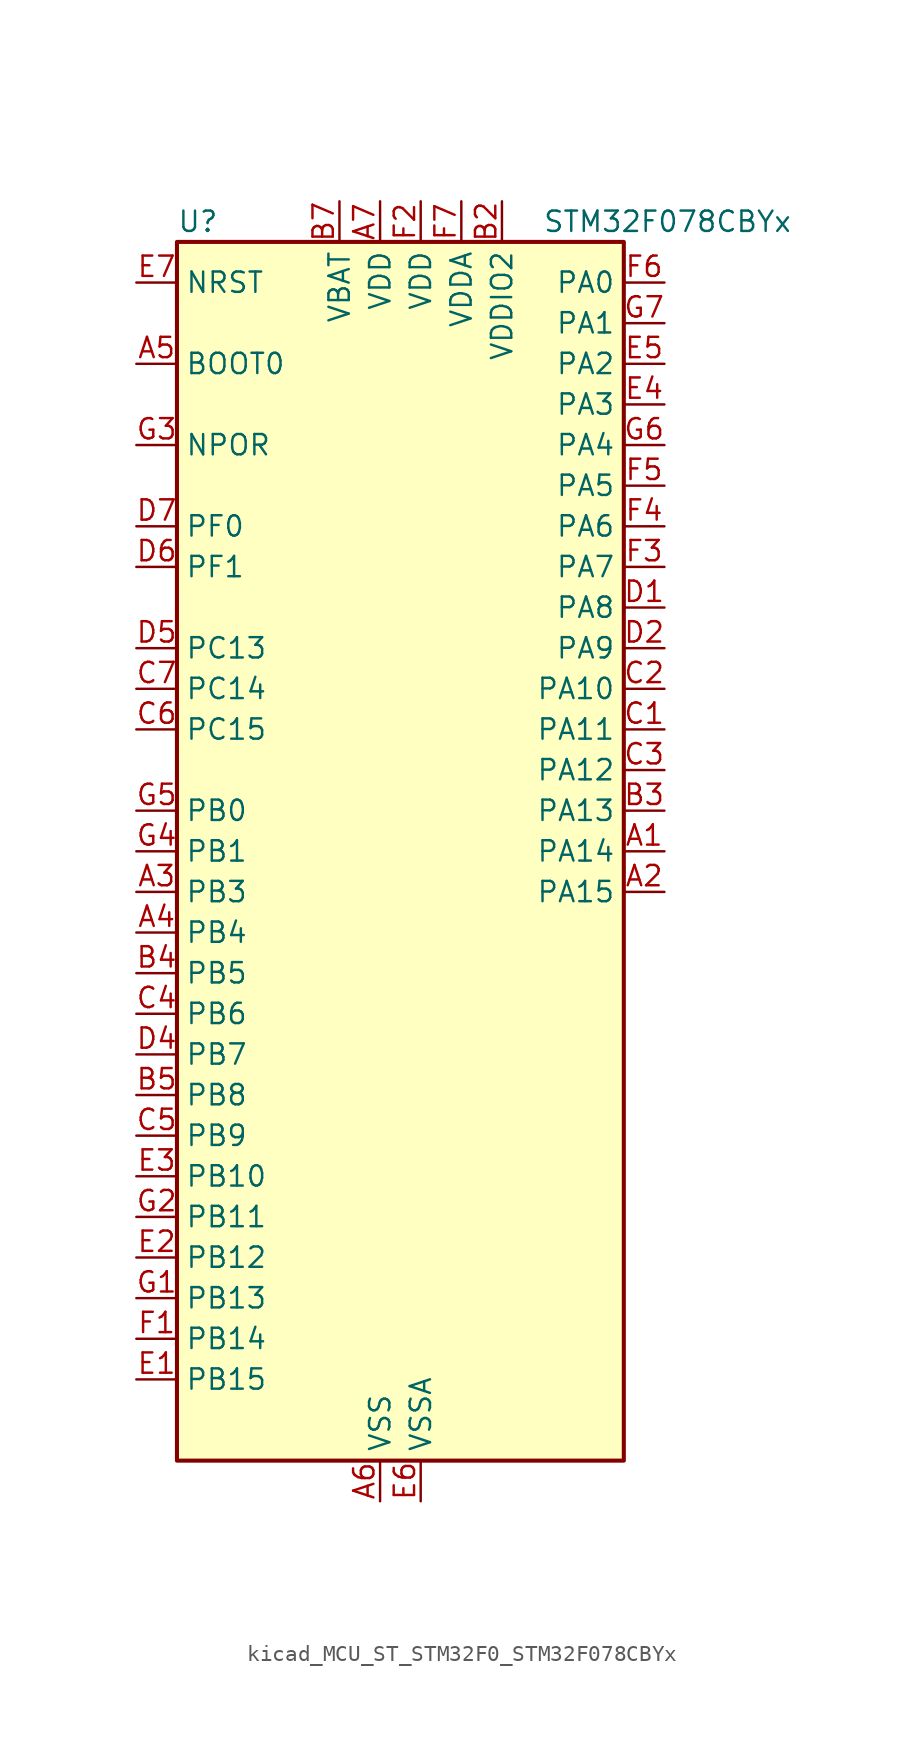
<source format=kicad_sym>
(kicad_symbol_lib
  (version 20220914)
  (generator kicad_symbol_editor)
  (symbol "kicad_MCU_ST_STM32F0_STM32F078CBYx"
    (property "Reference" "U"
      (at -12.7 39.37 0)
      (effects (font (size 1.27 1.27)) (justify left)))
    (property "Value" "STM32F078CBYx"
      (at 10.16 39.37 0)
      (effects (font (size 1.27 1.27)) (justify left)))
    (property "ki_locked" ""
      (at 0 0 0)
      (effects (font (size 1.27 1.27))))
    (symbol "kicad_MCU_ST_STM32F0_STM32F078CBYx_0_1"
      (rectangle (start -12.7 -38.1) (end 15.24 38.1) (stroke (width 0.254) (type default)) (fill (type background))))
    (symbol "kicad_MCU_ST_STM32F0_STM32F078CBYx_1_1"
      (pin bidirectional line (at 17.78 0 180) (length 2.54) (name "PA14" (effects (font (size 1.27 1.27)))) (number "A1" (effects (font (size 1.27 1.27)))) (alternate "SYS_SWCLK" bidirectional line) (alternate "USART2_TX" bidirectional line))
      (pin bidirectional line (at 17.78 -2.54 180) (length 2.54) (name "PA15" (effects (font (size 1.27 1.27)))) (number "A2" (effects (font (size 1.27 1.27)))) (alternate "I2S1_WS" bidirectional line) (alternate "SPI1_NSS" bidirectional line) (alternate "TIM2_CH1" bidirectional line) (alternate "TIM2_ETR" bidirectional line) (alternate "USART2_RX" bidirectional line) (alternate "USART4_DE" bidirectional line) (alternate "USART4_RTS" bidirectional line))
      (pin bidirectional line (at -15.24 -2.54 0) (length 2.54) (name "PB3" (effects (font (size 1.27 1.27)))) (number "A3" (effects (font (size 1.27 1.27)))) (alternate "I2S1_CK" bidirectional line) (alternate "SPI1_SCK" bidirectional line) (alternate "TIM2_CH2" bidirectional line) (alternate "TSC_G5_IO1" bidirectional line))
      (pin bidirectional line (at -15.24 -5.08 0) (length 2.54) (name "PB4" (effects (font (size 1.27 1.27)))) (number "A4" (effects (font (size 1.27 1.27)))) (alternate "I2S1_MCK" bidirectional line) (alternate "SPI1_MISO" bidirectional line) (alternate "TIM17_BKIN" bidirectional line) (alternate "TIM3_CH1" bidirectional line) (alternate "TSC_G5_IO2" bidirectional line))
      (pin input line (at -15.24 30.48 0) (length 2.54) (name "BOOT0" (effects (font (size 1.27 1.27)))) (number "A5" (effects (font (size 1.27 1.27)))))
      (pin power_in line (at 0 -40.64 90) (length 2.54) (name "VSS" (effects (font (size 1.27 1.27)))) (number "A6" (effects (font (size 1.27 1.27)))))
      (pin power_in line (at 0 40.64 270) (length 2.54) (name "VDD" (effects (font (size 1.27 1.27)))) (number "A7" (effects (font (size 1.27 1.27)))))
      (pin passive line (at 0 -40.64 90) (length 2.54) hide (name "VSS" (effects (font (size 1.27 1.27)))) (number "B1" (effects (font (size 1.27 1.27)))))
      (pin power_in line (at 7.62 40.64 270) (length 2.54) (name "VDDIO2" (effects (font (size 1.27 1.27)))) (number "B2" (effects (font (size 1.27 1.27)))))
      (pin bidirectional line (at 17.78 2.54 180) (length 2.54) (name "PA13" (effects (font (size 1.27 1.27)))) (number "B3" (effects (font (size 1.27 1.27)))) (alternate "IR_OUT" bidirectional line) (alternate "SYS_SWDIO" bidirectional line) (alternate "USB_NOE" bidirectional line))
      (pin bidirectional line (at -15.24 -7.62 0) (length 2.54) (name "PB5" (effects (font (size 1.27 1.27)))) (number "B4" (effects (font (size 1.27 1.27)))) (alternate "I2C1_SMBA" bidirectional line) (alternate "I2S1_SD" bidirectional line) (alternate "SPI1_MOSI" bidirectional line) (alternate "SYS_WKUP6" bidirectional line) (alternate "TIM16_BKIN" bidirectional line) (alternate "TIM3_CH2" bidirectional line))
      (pin bidirectional line (at -15.24 -15.24 0) (length 2.54) (name "PB8" (effects (font (size 1.27 1.27)))) (number "B5" (effects (font (size 1.27 1.27)))) (alternate "CEC" bidirectional line) (alternate "I2C1_SCL" bidirectional line) (alternate "TIM16_CH1" bidirectional line) (alternate "TSC_SYNC" bidirectional line))
      (pin no_connect line (at -12.7 -38.1 0) (length 2.54) hide (name "NC" (effects (font (size 1.27 1.27)))) (number "B6" (effects (font (size 1.27 1.27)))))
      (pin power_in line (at -2.54 40.64 270) (length 2.54) (name "VBAT" (effects (font (size 1.27 1.27)))) (number "B7" (effects (font (size 1.27 1.27)))))
      (pin bidirectional line (at 17.78 7.62 180) (length 2.54) (name "PA11" (effects (font (size 1.27 1.27)))) (number "C1" (effects (font (size 1.27 1.27)))) (alternate "COMP1_OUT" bidirectional line) (alternate "TIM1_CH4" bidirectional line) (alternate "TSC_G4_IO3" bidirectional line) (alternate "USART1_CTS" bidirectional line) (alternate "USB_DM" bidirectional line))
      (pin bidirectional line (at 17.78 10.16 180) (length 2.54) (name "PA10" (effects (font (size 1.27 1.27)))) (number "C2" (effects (font (size 1.27 1.27)))) (alternate "TIM17_BKIN" bidirectional line) (alternate "TIM1_CH3" bidirectional line) (alternate "TSC_G4_IO2" bidirectional line) (alternate "USART1_RX" bidirectional line))
      (pin bidirectional line (at 17.78 5.08 180) (length 2.54) (name "PA12" (effects (font (size 1.27 1.27)))) (number "C3" (effects (font (size 1.27 1.27)))) (alternate "COMP2_OUT" bidirectional line) (alternate "TIM1_ETR" bidirectional line) (alternate "TSC_G4_IO4" bidirectional line) (alternate "USART1_DE" bidirectional line) (alternate "USART1_RTS" bidirectional line) (alternate "USB_DP" bidirectional line))
      (pin bidirectional line (at -15.24 -10.16 0) (length 2.54) (name "PB6" (effects (font (size 1.27 1.27)))) (number "C4" (effects (font (size 1.27 1.27)))) (alternate "I2C1_SCL" bidirectional line) (alternate "TIM16_CH1N" bidirectional line) (alternate "TSC_G5_IO3" bidirectional line) (alternate "USART1_TX" bidirectional line))
      (pin bidirectional line (at -15.24 -17.78 0) (length 2.54) (name "PB9" (effects (font (size 1.27 1.27)))) (number "C5" (effects (font (size 1.27 1.27)))) (alternate "DAC_EXTI9" bidirectional line) (alternate "I2C1_SDA" bidirectional line) (alternate "I2S2_WS" bidirectional line) (alternate "IR_OUT" bidirectional line) (alternate "SPI2_NSS" bidirectional line) (alternate "TIM17_CH1" bidirectional line))
      (pin bidirectional line (at -15.24 7.62 0) (length 2.54) (name "PC15" (effects (font (size 1.27 1.27)))) (number "C6" (effects (font (size 1.27 1.27)))) (alternate "RCC_OSC32_OUT" bidirectional line))
      (pin bidirectional line (at -15.24 10.16 0) (length 2.54) (name "PC14" (effects (font (size 1.27 1.27)))) (number "C7" (effects (font (size 1.27 1.27)))) (alternate "RCC_OSC32_IN" bidirectional line))
      (pin bidirectional line (at 17.78 15.24 180) (length 2.54) (name "PA8" (effects (font (size 1.27 1.27)))) (number "D1" (effects (font (size 1.27 1.27)))) (alternate "CRS_SYNC" bidirectional line) (alternate "RCC_MCO" bidirectional line) (alternate "TIM1_CH1" bidirectional line) (alternate "USART1_CK" bidirectional line))
      (pin bidirectional line (at 17.78 12.7 180) (length 2.54) (name "PA9" (effects (font (size 1.27 1.27)))) (number "D2" (effects (font (size 1.27 1.27)))) (alternate "DAC_EXTI9" bidirectional line) (alternate "TIM15_BKIN" bidirectional line) (alternate "TIM1_CH2" bidirectional line) (alternate "TSC_G4_IO1" bidirectional line) (alternate "USART1_TX" bidirectional line))
      (pin passive line (at 0 -40.64 90) (length 2.54) hide (name "VSS" (effects (font (size 1.27 1.27)))) (number "D3" (effects (font (size 1.27 1.27)))))
      (pin bidirectional line (at -15.24 -12.7 0) (length 2.54) (name "PB7" (effects (font (size 1.27 1.27)))) (number "D4" (effects (font (size 1.27 1.27)))) (alternate "I2C1_SDA" bidirectional line) (alternate "TIM17_CH1N" bidirectional line) (alternate "TSC_G5_IO4" bidirectional line) (alternate "USART1_RX" bidirectional line) (alternate "USART4_CTS" bidirectional line))
      (pin bidirectional line (at -15.24 12.7 0) (length 2.54) (name "PC13" (effects (font (size 1.27 1.27)))) (number "D5" (effects (font (size 1.27 1.27)))) (alternate "RTC_OUT_ALARM" bidirectional line) (alternate "RTC_OUT_CALIB" bidirectional line) (alternate "RTC_TAMP1" bidirectional line) (alternate "RTC_TS" bidirectional line) (alternate "SYS_WKUP2" bidirectional line))
      (pin bidirectional line (at -15.24 17.78 0) (length 2.54) (name "PF1" (effects (font (size 1.27 1.27)))) (number "D6" (effects (font (size 1.27 1.27)))) (alternate "RCC_OSC_OUT" bidirectional line))
      (pin bidirectional line (at -15.24 20.32 0) (length 2.54) (name "PF0" (effects (font (size 1.27 1.27)))) (number "D7" (effects (font (size 1.27 1.27)))) (alternate "CRS_SYNC" bidirectional line) (alternate "RCC_OSC_IN" bidirectional line))
      (pin bidirectional line (at -15.24 -33.02 0) (length 2.54) (name "PB15" (effects (font (size 1.27 1.27)))) (number "E1" (effects (font (size 1.27 1.27)))) (alternate "I2S2_SD" bidirectional line) (alternate "RTC_REFIN" bidirectional line) (alternate "SPI2_MOSI" bidirectional line) (alternate "SYS_WKUP7" bidirectional line) (alternate "TIM15_CH1N" bidirectional line) (alternate "TIM15_CH2" bidirectional line) (alternate "TIM1_CH3N" bidirectional line))
      (pin bidirectional line (at -15.24 -25.4 0) (length 2.54) (name "PB12" (effects (font (size 1.27 1.27)))) (number "E2" (effects (font (size 1.27 1.27)))) (alternate "I2S2_WS" bidirectional line) (alternate "SPI2_NSS" bidirectional line) (alternate "TIM15_BKIN" bidirectional line) (alternate "TIM1_BKIN" bidirectional line) (alternate "TSC_G6_IO2" bidirectional line) (alternate "USART3_CK" bidirectional line))
      (pin bidirectional line (at -15.24 -20.32 0) (length 2.54) (name "PB10" (effects (font (size 1.27 1.27)))) (number "E3" (effects (font (size 1.27 1.27)))) (alternate "CEC" bidirectional line) (alternate "I2C2_SCL" bidirectional line) (alternate "I2S2_CK" bidirectional line) (alternate "SPI2_SCK" bidirectional line) (alternate "TIM2_CH3" bidirectional line) (alternate "TSC_SYNC" bidirectional line) (alternate "USART3_TX" bidirectional line))
      (pin bidirectional line (at 17.78 27.94 180) (length 2.54) (name "PA3" (effects (font (size 1.27 1.27)))) (number "E4" (effects (font (size 1.27 1.27)))) (alternate "ADC_IN3" bidirectional line) (alternate "COMP2_INP" bidirectional line) (alternate "TIM15_CH2" bidirectional line) (alternate "TIM2_CH4" bidirectional line) (alternate "TSC_G1_IO4" bidirectional line) (alternate "USART2_RX" bidirectional line))
      (pin bidirectional line (at 17.78 30.48 180) (length 2.54) (name "PA2" (effects (font (size 1.27 1.27)))) (number "E5" (effects (font (size 1.27 1.27)))) (alternate "ADC_IN2" bidirectional line) (alternate "COMP2_INM" bidirectional line) (alternate "COMP2_OUT" bidirectional line) (alternate "SYS_WKUP4" bidirectional line) (alternate "TIM15_CH1" bidirectional line) (alternate "TIM2_CH3" bidirectional line) (alternate "TSC_G1_IO3" bidirectional line) (alternate "USART2_TX" bidirectional line))
      (pin power_in line (at 2.54 -40.64 90) (length 2.54) (name "VSSA" (effects (font (size 1.27 1.27)))) (number "E6" (effects (font (size 1.27 1.27)))))
      (pin input line (at -15.24 35.56 0) (length 2.54) (name "NRST" (effects (font (size 1.27 1.27)))) (number "E7" (effects (font (size 1.27 1.27)))))
      (pin bidirectional line (at -15.24 -30.48 0) (length 2.54) (name "PB14" (effects (font (size 1.27 1.27)))) (number "F1" (effects (font (size 1.27 1.27)))) (alternate "I2C2_SDA" bidirectional line) (alternate "I2S2_MCK" bidirectional line) (alternate "SPI2_MISO" bidirectional line) (alternate "TIM15_CH1" bidirectional line) (alternate "TIM1_CH2N" bidirectional line) (alternate "TSC_G6_IO4" bidirectional line) (alternate "USART3_DE" bidirectional line) (alternate "USART3_RTS" bidirectional line))
      (pin power_in line (at 2.54 40.64 270) (length 2.54) (name "VDD" (effects (font (size 1.27 1.27)))) (number "F2" (effects (font (size 1.27 1.27)))))
      (pin bidirectional line (at 17.78 17.78 180) (length 2.54) (name "PA7" (effects (font (size 1.27 1.27)))) (number "F3" (effects (font (size 1.27 1.27)))) (alternate "ADC_IN7" bidirectional line) (alternate "COMP2_OUT" bidirectional line) (alternate "I2S1_SD" bidirectional line) (alternate "SPI1_MOSI" bidirectional line) (alternate "TIM14_CH1" bidirectional line) (alternate "TIM17_CH1" bidirectional line) (alternate "TIM1_CH1N" bidirectional line) (alternate "TIM3_CH2" bidirectional line) (alternate "TSC_G2_IO4" bidirectional line))
      (pin bidirectional line (at 17.78 20.32 180) (length 2.54) (name "PA6" (effects (font (size 1.27 1.27)))) (number "F4" (effects (font (size 1.27 1.27)))) (alternate "ADC_IN6" bidirectional line) (alternate "COMP1_OUT" bidirectional line) (alternate "I2S1_MCK" bidirectional line) (alternate "SPI1_MISO" bidirectional line) (alternate "TIM16_CH1" bidirectional line) (alternate "TIM1_BKIN" bidirectional line) (alternate "TIM3_CH1" bidirectional line) (alternate "TSC_G2_IO3" bidirectional line) (alternate "USART3_CTS" bidirectional line))
      (pin bidirectional line (at 17.78 22.86 180) (length 2.54) (name "PA5" (effects (font (size 1.27 1.27)))) (number "F5" (effects (font (size 1.27 1.27)))) (alternate "ADC_IN5" bidirectional line) (alternate "CEC" bidirectional line) (alternate "COMP1_INM" bidirectional line) (alternate "COMP2_INM" bidirectional line) (alternate "DAC_OUT2" bidirectional line) (alternate "I2S1_CK" bidirectional line) (alternate "SPI1_SCK" bidirectional line) (alternate "TIM2_CH1" bidirectional line) (alternate "TIM2_ETR" bidirectional line) (alternate "TSC_G2_IO2" bidirectional line))
      (pin bidirectional line (at 17.78 35.56 180) (length 2.54) (name "PA0" (effects (font (size 1.27 1.27)))) (number "F6" (effects (font (size 1.27 1.27)))) (alternate "ADC_IN0" bidirectional line) (alternate "COMP1_INM" bidirectional line) (alternate "COMP1_OUT" bidirectional line) (alternate "RTC_TAMP2" bidirectional line) (alternate "SYS_WKUP1" bidirectional line) (alternate "TIM2_CH1" bidirectional line) (alternate "TIM2_ETR" bidirectional line) (alternate "TSC_G1_IO1" bidirectional line) (alternate "USART2_CTS" bidirectional line) (alternate "USART4_TX" bidirectional line))
      (pin power_in line (at 5.08 40.64 270) (length 2.54) (name "VDDA" (effects (font (size 1.27 1.27)))) (number "F7" (effects (font (size 1.27 1.27)))))
      (pin bidirectional line (at -15.24 -27.94 0) (length 2.54) (name "PB13" (effects (font (size 1.27 1.27)))) (number "G1" (effects (font (size 1.27 1.27)))) (alternate "I2C2_SCL" bidirectional line) (alternate "I2S2_CK" bidirectional line) (alternate "SPI2_SCK" bidirectional line) (alternate "TIM1_CH1N" bidirectional line) (alternate "TSC_G6_IO3" bidirectional line) (alternate "USART3_CTS" bidirectional line))
      (pin bidirectional line (at -15.24 -22.86 0) (length 2.54) (name "PB11" (effects (font (size 1.27 1.27)))) (number "G2" (effects (font (size 1.27 1.27)))) (alternate "I2C2_SDA" bidirectional line) (alternate "TIM2_CH4" bidirectional line) (alternate "TSC_G6_IO1" bidirectional line) (alternate "USART3_RX" bidirectional line))
      (pin input line (at -15.24 25.4 0) (length 2.54) (name "NPOR" (effects (font (size 1.27 1.27)))) (number "G3" (effects (font (size 1.27 1.27)))))
      (pin bidirectional line (at -15.24 0 0) (length 2.54) (name "PB1" (effects (font (size 1.27 1.27)))) (number "G4" (effects (font (size 1.27 1.27)))) (alternate "ADC_IN9" bidirectional line) (alternate "TIM14_CH1" bidirectional line) (alternate "TIM1_CH3N" bidirectional line) (alternate "TIM3_CH4" bidirectional line) (alternate "TSC_G3_IO3" bidirectional line) (alternate "USART3_DE" bidirectional line) (alternate "USART3_RTS" bidirectional line))
      (pin bidirectional line (at -15.24 2.54 0) (length 2.54) (name "PB0" (effects (font (size 1.27 1.27)))) (number "G5" (effects (font (size 1.27 1.27)))) (alternate "ADC_IN8" bidirectional line) (alternate "TIM1_CH2N" bidirectional line) (alternate "TIM3_CH3" bidirectional line) (alternate "TSC_G3_IO2" bidirectional line) (alternate "USART3_CK" bidirectional line))
      (pin bidirectional line (at 17.78 25.4 180) (length 2.54) (name "PA4" (effects (font (size 1.27 1.27)))) (number "G6" (effects (font (size 1.27 1.27)))) (alternate "ADC_IN4" bidirectional line) (alternate "COMP1_INM" bidirectional line) (alternate "COMP2_INM" bidirectional line) (alternate "DAC_OUT1" bidirectional line) (alternate "I2S1_WS" bidirectional line) (alternate "SPI1_NSS" bidirectional line) (alternate "TIM14_CH1" bidirectional line) (alternate "TSC_G2_IO1" bidirectional line) (alternate "USART2_CK" bidirectional line))
      (pin bidirectional line (at 17.78 33.02 180) (length 2.54) (name "PA1" (effects (font (size 1.27 1.27)))) (number "G7" (effects (font (size 1.27 1.27)))) (alternate "ADC_IN1" bidirectional line) (alternate "COMP1_INP" bidirectional line) (alternate "TIM15_CH1N" bidirectional line) (alternate "TIM2_CH2" bidirectional line) (alternate "TSC_G1_IO2" bidirectional line) (alternate "USART2_DE" bidirectional line) (alternate "USART2_RTS" bidirectional line) (alternate "USART4_RX" bidirectional line)))))
</source>
